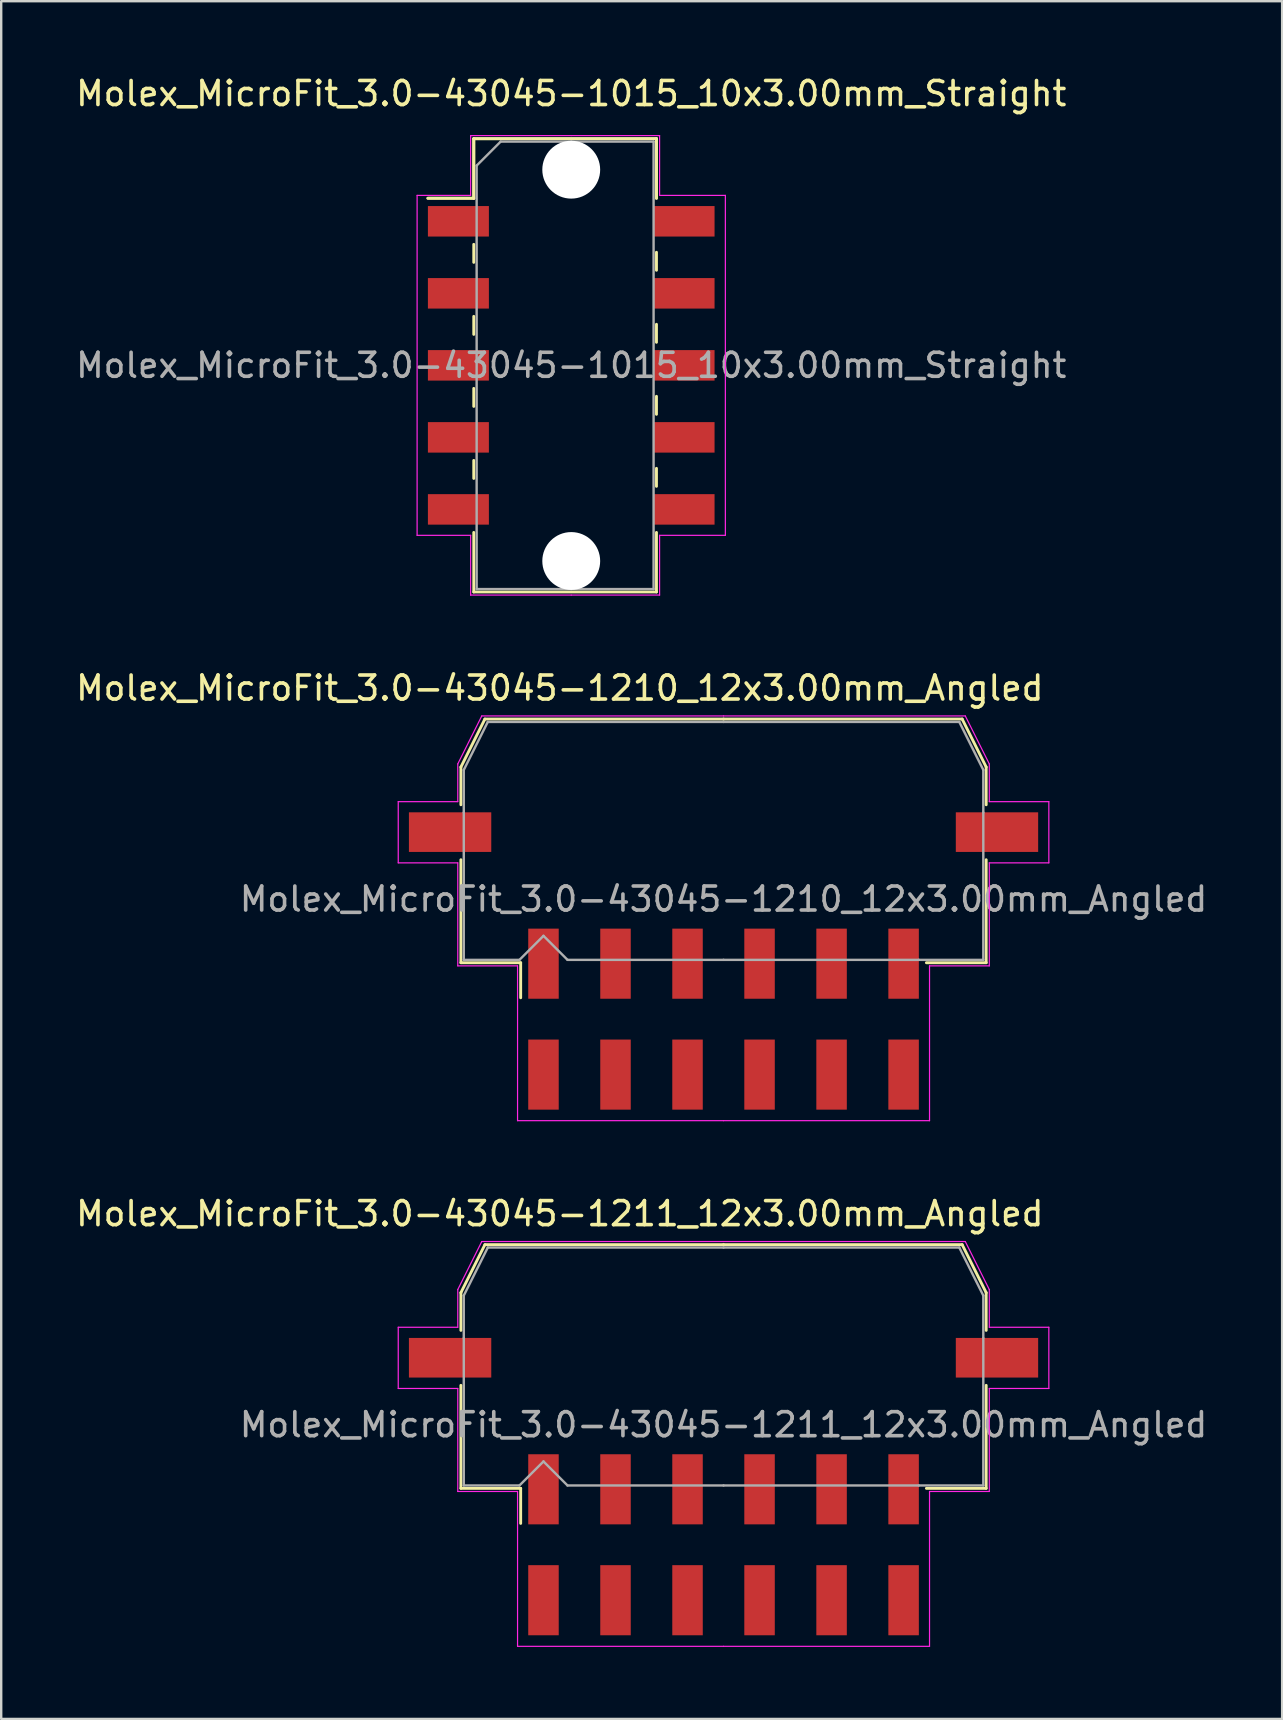
<source format=kicad_pcb>
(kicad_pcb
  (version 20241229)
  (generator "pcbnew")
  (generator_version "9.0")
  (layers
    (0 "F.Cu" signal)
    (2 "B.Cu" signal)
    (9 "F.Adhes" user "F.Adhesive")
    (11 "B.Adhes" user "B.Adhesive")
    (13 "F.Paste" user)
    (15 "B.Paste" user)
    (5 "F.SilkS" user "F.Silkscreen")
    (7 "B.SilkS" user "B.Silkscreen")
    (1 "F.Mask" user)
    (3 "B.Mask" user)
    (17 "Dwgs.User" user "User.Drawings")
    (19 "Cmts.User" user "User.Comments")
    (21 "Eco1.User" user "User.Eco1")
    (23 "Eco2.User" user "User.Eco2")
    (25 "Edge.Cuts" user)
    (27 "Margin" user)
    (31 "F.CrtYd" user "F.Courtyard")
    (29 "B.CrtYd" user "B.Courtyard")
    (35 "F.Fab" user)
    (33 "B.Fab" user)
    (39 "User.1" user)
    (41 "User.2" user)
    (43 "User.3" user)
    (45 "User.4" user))
  (footprint "Molex_MicroFit_3.0-43045-1210_12x3.00mm_Angled"
    (layer "F.Cu")
    (at 27.088 39.401)
    (property "Reference" "Molex_MicroFit_3.0-43045-1210_12x3.00mm_Angled" (at -6.82 -13.79 0) (layer "F.SilkS") (effects (font (size 1 1) (thickness 0.15))))
    (attr smd)
    (fp_line (start -10.94 -10.5) (end -10.94 -8.93) (stroke (width 0.12) (type solid)) (layer "F.SilkS"))
    (fp_line (start -10.94 -6.64) (end -10.94 -2.35) (stroke (width 0.12) (type solid)) (layer "F.SilkS"))
    (fp_line (start -10.94 -2.35) (end -8.45 -2.35) (stroke (width 0.12) (type solid)) (layer "F.SilkS"))
    (fp_line (start -9.94 -12.5) (end -10.94 -10.5) (stroke (width 0.12) (type solid)) (layer "F.SilkS"))
    (fp_line (start -8.45 -2.35) (end -8.45 -0.89) (stroke (width 0.12) (type solid)) (layer "F.SilkS"))
    (fp_line (start 0 -12.5) (end -9.94 -12.5) (stroke (width 0.12) (type solid)) (layer "F.SilkS"))
    (fp_line (start 0 -12.5) (end 9.94 -12.5) (stroke (width 0.12) (type solid)) (layer "F.SilkS"))
    (fp_line (start 9.94 -12.5) (end 10.94 -10.5) (stroke (width 0.12) (type solid)) (layer "F.SilkS"))
    (fp_line (start 10.94 -10.5) (end 10.94 -8.93) (stroke (width 0.12) (type solid)) (layer "F.SilkS"))
    (fp_line (start 10.94 -6.64) (end 10.94 -2.35) (stroke (width 0.12) (type solid)) (layer "F.SilkS"))
    (fp_line (start 10.94 -2.35) (end 8.45 -2.35) (stroke (width 0.12) (type solid)) (layer "F.SilkS"))
    (fp_line (start -13.55 -9.06) (end -13.55 -6.51) (stroke (width 0.05) (type solid)) (layer "F.CrtYd"))
    (fp_line (start -13.55 -6.51) (end -11.07 -6.51) (stroke (width 0.05) (type solid)) (layer "F.CrtYd"))
    (fp_line (start -11.07 -10.63) (end -11.07 -9.06) (stroke (width 0.05) (type solid)) (layer "F.CrtYd"))
    (fp_line (start -11.07 -9.06) (end -13.55 -9.06) (stroke (width 0.05) (type solid)) (layer "F.CrtYd"))
    (fp_line (start -11.07 -6.51) (end -11.07 -2.22) (stroke (width 0.05) (type solid)) (layer "F.CrtYd"))
    (fp_line (start -11.07 -2.22) (end -8.58 -2.22) (stroke (width 0.05) (type solid)) (layer "F.CrtYd"))
    (fp_line (start -10.07 -12.63) (end -11.07 -10.63) (stroke (width 0.05) (type solid)) (layer "F.CrtYd"))
    (fp_line (start -8.58 -2.22) (end -8.58 4.23) (stroke (width 0.05) (type solid)) (layer "F.CrtYd"))
    (fp_line (start -8.58 4.23) (end 0 4.23) (stroke (width 0.05) (type solid)) (layer "F.CrtYd"))
    (fp_line (start 0 -12.63) (end -10.07 -12.63) (stroke (width 0.05) (type solid)) (layer "F.CrtYd"))
    (fp_line (start 0 -12.63) (end 10.07 -12.63) (stroke (width 0.05) (type solid)) (layer "F.CrtYd"))
    (fp_line (start 8.58 -2.22) (end 8.58 4.23) (stroke (width 0.05) (type solid)) (layer "F.CrtYd"))
    (fp_line (start 8.58 4.23) (end 0 4.23) (stroke (width 0.05) (type solid)) (layer "F.CrtYd"))
    (fp_line (start 10.07 -12.63) (end 11.07 -10.63) (stroke (width 0.05) (type solid)) (layer "F.CrtYd"))
    (fp_line (start 11.07 -10.63) (end 11.07 -9.06) (stroke (width 0.05) (type solid)) (layer "F.CrtYd"))
    (fp_line (start 11.07 -9.06) (end 13.55 -9.06) (stroke (width 0.05) (type solid)) (layer "F.CrtYd"))
    (fp_line (start 11.07 -6.51) (end 11.07 -2.22) (stroke (width 0.05) (type solid)) (layer "F.CrtYd"))
    (fp_line (start 11.07 -2.22) (end 8.58 -2.22) (stroke (width 0.05) (type solid)) (layer "F.CrtYd"))
    (fp_line (start 13.55 -9.06) (end 13.55 -6.51) (stroke (width 0.05) (type solid)) (layer "F.CrtYd"))
    (fp_line (start 13.55 -6.51) (end 11.07 -6.51) (stroke (width 0.05) (type solid)) (layer "F.CrtYd"))
    (fp_line (start -10.82 -10.38) (end -10.82 -8.61) (stroke (width 0.1) (type solid)) (layer "F.Fab"))
    (fp_line (start -10.82 -8.61) (end -10.82 -2.47) (stroke (width 0.1) (type solid)) (layer "F.Fab"))
    (fp_line (start -10.82 -2.47) (end -8.5 -2.47) (stroke (width 0.1) (type solid)) (layer "F.Fab"))
    (fp_line (start -9.82 -12.38) (end -10.82 -10.38) (stroke (width 0.1) (type solid)) (layer "F.Fab"))
    (fp_line (start -8.5 -2.47) (end -7.5 -3.47) (stroke (width 0.1) (type solid)) (layer "F.Fab"))
    (fp_line (start -7.5 -3.47) (end -6.5 -2.47) (stroke (width 0.1) (type solid)) (layer "F.Fab"))
    (fp_line (start -6.5 -2.47) (end 0 -2.47) (stroke (width 0.1) (type solid)) (layer "F.Fab"))
    (fp_line (start 0 -12.38) (end -9.82 -12.38) (stroke (width 0.1) (type solid)) (layer "F.Fab"))
    (fp_line (start 0 -12.38) (end 9.82 -12.38) (stroke (width 0.1) (type solid)) (layer "F.Fab"))
    (fp_line (start 8.13 -2.47) (end 0 -2.47) (stroke (width 0.1) (type solid)) (layer "F.Fab"))
    (fp_line (start 9.82 -12.38) (end 10.82 -10.38) (stroke (width 0.1) (type solid)) (layer "F.Fab"))
    (fp_line (start 10.82 -10.38) (end 10.82 -8.61) (stroke (width 0.1) (type solid)) (layer "F.Fab"))
    (fp_line (start 10.82 -8.61) (end 10.82 -2.47) (stroke (width 0.1) (type solid)) (layer "F.Fab"))
    (fp_line (start 10.82 -2.47) (end 8.13 -2.47) (stroke (width 0.1) (type solid)) (layer "F.Fab"))
    (fp_text user "${REFERENCE}" (at 0 -5 0) (layer "F.Fab") (effects (font (size 1 1) (thickness 0.15))))
    (pad "" smd rect (at -11.39 -7.79) (size 3.43 1.65) (layers "F.Cu" "F.Mask" "F.Paste"))
    (pad "" smd rect (at 11.39 -7.79) (size 3.43 1.65) (layers "F.Cu" "F.Mask" "F.Paste"))
    (pad "1" smd rect (at -7.5 -2.31) (size 1.27 2.92) (layers "F.Cu" "F.Mask" "F.Paste"))
    (pad "2" smd rect (at -4.5 -2.31) (size 1.27 2.92) (layers "F.Cu" "F.Mask" "F.Paste"))
    (pad "3" smd rect (at -1.5 -2.31) (size 1.27 2.92) (layers "F.Cu" "F.Mask" "F.Paste"))
    (pad "4" smd rect (at 1.5 -2.31) (size 1.27 2.92) (layers "F.Cu" "F.Mask" "F.Paste"))
    (pad "5" smd rect (at 4.5 -2.31) (size 1.27 2.92) (layers "F.Cu" "F.Mask" "F.Paste"))
    (pad "6" smd rect (at 7.5 -2.31) (size 1.27 2.92) (layers "F.Cu" "F.Mask" "F.Paste"))
    (pad "7" smd rect (at 7.5 2.31) (size 1.27 2.92) (layers "F.Cu" "F.Mask" "F.Paste"))
    (pad "8" smd rect (at 4.5 2.31) (size 1.27 2.92) (layers "F.Cu" "F.Mask" "F.Paste"))
    (pad "9" smd rect (at 1.5 2.31) (size 1.27 2.92) (layers "F.Cu" "F.Mask" "F.Paste"))
    (pad "10" smd rect (at -1.5 2.31) (size 1.27 2.92) (layers "F.Cu" "F.Mask" "F.Paste"))
    (pad "11" smd rect (at -4.5 2.31) (size 1.27 2.92) (layers "F.Cu" "F.Mask" "F.Paste"))
    (pad "12" smd rect (at -7.5 2.31) (size 1.27 2.92) (layers "F.Cu" "F.Mask" "F.Paste")))
  (footprint "Molex_MicroFit_3.0-43045-1015_10x3.00mm_Straight"
    (layer "F.Cu")
    (at 20.744 12.168)
    (property "Reference" "Molex_MicroFit_3.0-43045-1015_10x3.00mm_Straight" (at 0 -11.32 0) (layer "F.SilkS") (effects (font (size 1 1) (thickness 0.15))))
    (attr smd)
    (fp_line (start -5.97 -6.96) (end -4.06 -6.96) (stroke (width 0.12) (type solid)) (layer "F.SilkS"))
    (fp_line (start -5.97 -6.96) (end -4.06 -6.96) (stroke (width 0.12) (type solid)) (layer "F.SilkS"))
    (fp_line (start -4.06 -9.44) (end 3.55 -9.44) (stroke (width 0.12) (type solid)) (layer "F.SilkS"))
    (fp_line (start -4.06 -9.44) (end 3.55 -9.44) (stroke (width 0.12) (type solid)) (layer "F.SilkS"))
    (fp_line (start -4.06 -6.96) (end -4.06 -9.44) (stroke (width 0.12) (type solid)) (layer "F.SilkS"))
    (fp_line (start -4.06 -6.96) (end -4.06 -9.44) (stroke (width 0.12) (type solid)) (layer "F.SilkS"))
    (fp_line (start -4.06 -5.04) (end -4.06 -4.29) (stroke (width 0.12) (type solid)) (layer "F.SilkS"))
    (fp_line (start -4.06 -2.04) (end -4.06 -1.29) (stroke (width 0.12) (type solid)) (layer "F.SilkS"))
    (fp_line (start -4.06 0.96) (end -4.06 1.71) (stroke (width 0.12) (type solid)) (layer "F.SilkS"))
    (fp_line (start -4.06 3.96) (end -4.06 4.71) (stroke (width 0.12) (type solid)) (layer "F.SilkS"))
    (fp_line (start -4.06 9.44) (end -4.06 6.96) (stroke (width 0.12) (type solid)) (layer "F.SilkS"))
    (fp_line (start 3.55 -9.44) (end 3.55 -6.96) (stroke (width 0.12) (type solid)) (layer "F.SilkS"))
    (fp_line (start 3.55 -9.44) (end 3.55 -6.96) (stroke (width 0.12) (type solid)) (layer "F.SilkS"))
    (fp_line (start 3.55 -3.96) (end 3.55 -4.71) (stroke (width 0.12) (type solid)) (layer "F.SilkS"))
    (fp_line (start 3.55 -0.96) (end 3.55 -1.71) (stroke (width 0.12) (type solid)) (layer "F.SilkS"))
    (fp_line (start 3.55 2.04) (end 3.55 1.29) (stroke (width 0.12) (type solid)) (layer "F.SilkS"))
    (fp_line (start 3.55 5.04) (end 3.55 4.29) (stroke (width 0.12) (type solid)) (layer "F.SilkS"))
    (fp_line (start 3.55 6.96) (end 3.55 9.44) (stroke (width 0.12) (type solid)) (layer "F.SilkS"))
    (fp_line (start 3.55 9.44) (end -4.06 9.44) (stroke (width 0.12) (type solid)) (layer "F.SilkS"))
    (fp_line (start -6.42 -7.08) (end -4.19 -7.08) (stroke (width 0.05) (type solid)) (layer "F.CrtYd"))
    (fp_line (start -6.42 7.08) (end -6.42 -7.08) (stroke (width 0.05) (type solid)) (layer "F.CrtYd"))
    (fp_line (start -4.19 -9.57) (end 0 -9.57) (stroke (width 0.05) (type solid)) (layer "F.CrtYd"))
    (fp_line (start -4.19 -7.08) (end -4.19 -9.57) (stroke (width 0.05) (type solid)) (layer "F.CrtYd"))
    (fp_line (start -4.19 7.08) (end -6.42 7.08) (stroke (width 0.05) (type solid)) (layer "F.CrtYd"))
    (fp_line (start -4.19 9.57) (end -4.19 7.08) (stroke (width 0.05) (type solid)) (layer "F.CrtYd"))
    (fp_line (start 0 -9.57) (end 3.68 -9.57) (stroke (width 0.05) (type solid)) (layer "F.CrtYd"))
    (fp_line (start 0 9.57) (end -4.19 9.57) (stroke (width 0.05) (type solid)) (layer "F.CrtYd"))
    (fp_line (start 3.68 -9.57) (end 3.68 -7.08) (stroke (width 0.05) (type solid)) (layer "F.CrtYd"))
    (fp_line (start 3.68 -7.08) (end 6.42 -7.08) (stroke (width 0.05) (type solid)) (layer "F.CrtYd"))
    (fp_line (start 3.68 7.08) (end 3.68 9.57) (stroke (width 0.05) (type solid)) (layer "F.CrtYd"))
    (fp_line (start 3.68 9.57) (end 0 9.57) (stroke (width 0.05) (type solid)) (layer "F.CrtYd"))
    (fp_line (start 6.42 -7.08) (end 6.42 7.08) (stroke (width 0.05) (type solid)) (layer "F.CrtYd"))
    (fp_line (start 6.42 7.08) (end 3.68 7.08) (stroke (width 0.05) (type solid)) (layer "F.CrtYd"))
    (fp_line (start -3.94 -8.32) (end -2.94 -9.32) (stroke (width 0.1) (type solid)) (layer "F.Fab"))
    (fp_line (start -3.94 9.32) (end -3.94 -8.32) (stroke (width 0.1) (type solid)) (layer "F.Fab"))
    (fp_line (start -2.94 -9.32) (end 0 -9.32) (stroke (width 0.1) (type solid)) (layer "F.Fab"))
    (fp_line (start 0 -9.32) (end 3.43 -9.32) (stroke (width 0.1) (type solid)) (layer "F.Fab"))
    (fp_line (start 0 9.32) (end -3.94 9.32) (stroke (width 0.1) (type solid)) (layer "F.Fab"))
    (fp_line (start 3.43 -9.32) (end 3.43 9.32) (stroke (width 0.1) (type solid)) (layer "F.Fab"))
    (fp_line (start 3.43 9.32) (end 0 9.32) (stroke (width 0.1) (type solid)) (layer "F.Fab"))
    (fp_text user "${REFERENCE}" (at 0 0 0) (layer "F.Fab") (effects (font (size 1 1) (thickness 0.15))))
    (pad "" np_thru_hole circle (at 0 -8.15) (size 2.41 2.41) (drill 2.41) (layers "*.Cu"))
    (pad "" np_thru_hole circle (at 0 8.15) (size 2.41 2.41) (drill 2.41) (layers "*.Cu"))
    (pad "1" smd rect (at -4.7 -6) (size 2.54 1.27) (layers "F.Cu" "F.Mask" "F.Paste"))
    (pad "2" smd rect (at -4.7 -3) (size 2.54 1.27) (layers "F.Cu" "F.Mask" "F.Paste"))
    (pad "3" smd rect (at -4.7 0) (size 2.54 1.27) (layers "F.Cu" "F.Mask" "F.Paste"))
    (pad "4" smd rect (at -4.7 3) (size 2.54 1.27) (layers "F.Cu" "F.Mask" "F.Paste"))
    (pad "5" smd rect (at -4.7 6) (size 2.54 1.27) (layers "F.Cu" "F.Mask" "F.Paste"))
    (pad "6" smd rect (at 4.7 6) (size 2.54 1.27) (layers "F.Cu" "F.Mask" "F.Paste"))
    (pad "7" smd rect (at 4.7 3) (size 2.54 1.27) (layers "F.Cu" "F.Mask" "F.Paste"))
    (pad "8" smd rect (at 4.7 0) (size 2.54 1.27) (layers "F.Cu" "F.Mask" "F.Paste"))
    (pad "9" smd rect (at 4.7 -3) (size 2.54 1.27) (layers "F.Cu" "F.Mask" "F.Paste"))
    (pad "10" smd rect (at 4.7 -6) (size 2.54 1.27) (layers "F.Cu" "F.Mask" "F.Paste")))
  (footprint "Molex_MicroFit_3.0-43045-1211_12x3.00mm_Angled"
    (layer "F.Cu")
    (at 27.088 61.295)
    (property "Reference" "Molex_MicroFit_3.0-43045-1211_12x3.00mm_Angled" (at -6.82 -13.79 0) (layer "F.SilkS") (effects (font (size 1 1) (thickness 0.15))))
    (attr smd)
    (fp_line (start -10.94 -10.5) (end -10.94 -8.93) (stroke (width 0.12) (type solid)) (layer "F.SilkS"))
    (fp_line (start -10.94 -6.64) (end -10.94 -2.35) (stroke (width 0.12) (type solid)) (layer "F.SilkS"))
    (fp_line (start -10.94 -2.35) (end -8.45 -2.35) (stroke (width 0.12) (type solid)) (layer "F.SilkS"))
    (fp_line (start -9.94 -12.5) (end -10.94 -10.5) (stroke (width 0.12) (type solid)) (layer "F.SilkS"))
    (fp_line (start -8.45 -2.35) (end -8.45 -0.89) (stroke (width 0.12) (type solid)) (layer "F.SilkS"))
    (fp_line (start 0 -12.5) (end -9.94 -12.5) (stroke (width 0.12) (type solid)) (layer "F.SilkS"))
    (fp_line (start 0 -12.5) (end 9.94 -12.5) (stroke (width 0.12) (type solid)) (layer "F.SilkS"))
    (fp_line (start 9.94 -12.5) (end 10.94 -10.5) (stroke (width 0.12) (type solid)) (layer "F.SilkS"))
    (fp_line (start 10.94 -10.5) (end 10.94 -8.93) (stroke (width 0.12) (type solid)) (layer "F.SilkS"))
    (fp_line (start 10.94 -6.64) (end 10.94 -2.35) (stroke (width 0.12) (type solid)) (layer "F.SilkS"))
    (fp_line (start 10.94 -2.35) (end 8.45 -2.35) (stroke (width 0.12) (type solid)) (layer "F.SilkS"))
    (fp_line (start -13.55 -9.06) (end -13.55 -6.51) (stroke (width 0.05) (type solid)) (layer "F.CrtYd"))
    (fp_line (start -13.55 -6.51) (end -11.07 -6.51) (stroke (width 0.05) (type solid)) (layer "F.CrtYd"))
    (fp_line (start -11.07 -10.63) (end -11.07 -9.06) (stroke (width 0.05) (type solid)) (layer "F.CrtYd"))
    (fp_line (start -11.07 -9.06) (end -13.55 -9.06) (stroke (width 0.05) (type solid)) (layer "F.CrtYd"))
    (fp_line (start -11.07 -6.51) (end -11.07 -2.22) (stroke (width 0.05) (type solid)) (layer "F.CrtYd"))
    (fp_line (start -11.07 -2.22) (end -8.58 -2.22) (stroke (width 0.05) (type solid)) (layer "F.CrtYd"))
    (fp_line (start -10.07 -12.63) (end -11.07 -10.63) (stroke (width 0.05) (type solid)) (layer "F.CrtYd"))
    (fp_line (start -8.58 -2.22) (end -8.58 4.23) (stroke (width 0.05) (type solid)) (layer "F.CrtYd"))
    (fp_line (start -8.58 4.23) (end 0 4.23) (stroke (width 0.05) (type solid)) (layer "F.CrtYd"))
    (fp_line (start 0 -12.63) (end -10.07 -12.63) (stroke (width 0.05) (type solid)) (layer "F.CrtYd"))
    (fp_line (start 0 -12.63) (end 10.07 -12.63) (stroke (width 0.05) (type solid)) (layer "F.CrtYd"))
    (fp_line (start 8.58 -2.22) (end 8.58 4.23) (stroke (width 0.05) (type solid)) (layer "F.CrtYd"))
    (fp_line (start 8.58 4.23) (end 0 4.23) (stroke (width 0.05) (type solid)) (layer "F.CrtYd"))
    (fp_line (start 10.07 -12.63) (end 11.07 -10.63) (stroke (width 0.05) (type solid)) (layer "F.CrtYd"))
    (fp_line (start 11.07 -10.63) (end 11.07 -9.06) (stroke (width 0.05) (type solid)) (layer "F.CrtYd"))
    (fp_line (start 11.07 -9.06) (end 13.55 -9.06) (stroke (width 0.05) (type solid)) (layer "F.CrtYd"))
    (fp_line (start 11.07 -6.51) (end 11.07 -2.22) (stroke (width 0.05) (type solid)) (layer "F.CrtYd"))
    (fp_line (start 11.07 -2.22) (end 8.58 -2.22) (stroke (width 0.05) (type solid)) (layer "F.CrtYd"))
    (fp_line (start 13.55 -9.06) (end 13.55 -6.51) (stroke (width 0.05) (type solid)) (layer "F.CrtYd"))
    (fp_line (start 13.55 -6.51) (end 11.07 -6.51) (stroke (width 0.05) (type solid)) (layer "F.CrtYd"))
    (fp_line (start -10.82 -10.38) (end -10.82 -8.61) (stroke (width 0.1) (type solid)) (layer "F.Fab"))
    (fp_line (start -10.82 -8.61) (end -10.82 -2.47) (stroke (width 0.1) (type solid)) (layer "F.Fab"))
    (fp_line (start -10.82 -2.47) (end -8.5 -2.47) (stroke (width 0.1) (type solid)) (layer "F.Fab"))
    (fp_line (start -9.82 -12.38) (end -10.82 -10.38) (stroke (width 0.1) (type solid)) (layer "F.Fab"))
    (fp_line (start -8.5 -2.47) (end -7.5 -3.47) (stroke (width 0.1) (type solid)) (layer "F.Fab"))
    (fp_line (start -7.5 -3.47) (end -6.5 -2.47) (stroke (width 0.1) (type solid)) (layer "F.Fab"))
    (fp_line (start -6.5 -2.47) (end 0 -2.47) (stroke (width 0.1) (type solid)) (layer "F.Fab"))
    (fp_line (start 0 -12.38) (end -9.82 -12.38) (stroke (width 0.1) (type solid)) (layer "F.Fab"))
    (fp_line (start 0 -12.38) (end 9.82 -12.38) (stroke (width 0.1) (type solid)) (layer "F.Fab"))
    (fp_line (start 8.13 -2.47) (end 0 -2.47) (stroke (width 0.1) (type solid)) (layer "F.Fab"))
    (fp_line (start 9.82 -12.38) (end 10.82 -10.38) (stroke (width 0.1) (type solid)) (layer "F.Fab"))
    (fp_line (start 10.82 -10.38) (end 10.82 -8.61) (stroke (width 0.1) (type solid)) (layer "F.Fab"))
    (fp_line (start 10.82 -8.61) (end 10.82 -2.47) (stroke (width 0.1) (type solid)) (layer "F.Fab"))
    (fp_line (start 10.82 -2.47) (end 8.13 -2.47) (stroke (width 0.1) (type solid)) (layer "F.Fab"))
    (fp_text user "${REFERENCE}" (at 0 -5 0) (layer "F.Fab") (effects (font (size 1 1) (thickness 0.15))))
    (pad "" smd rect (at -11.39 -7.79) (size 3.43 1.65) (layers "F.Cu" "F.Mask" "F.Paste"))
    (pad "" smd rect (at 11.39 -7.79) (size 3.43 1.65) (layers "F.Cu" "F.Mask" "F.Paste"))
    (pad "1" smd rect (at -7.5 -2.31) (size 1.27 2.92) (layers "F.Cu" "F.Mask" "F.Paste"))
    (pad "2" smd rect (at -4.5 -2.31) (size 1.27 2.92) (layers "F.Cu" "F.Mask" "F.Paste"))
    (pad "3" smd rect (at -1.5 -2.31) (size 1.27 2.92) (layers "F.Cu" "F.Mask" "F.Paste"))
    (pad "4" smd rect (at 1.5 -2.31) (size 1.27 2.92) (layers "F.Cu" "F.Mask" "F.Paste"))
    (pad "5" smd rect (at 4.5 -2.31) (size 1.27 2.92) (layers "F.Cu" "F.Mask" "F.Paste"))
    (pad "6" smd rect (at 7.5 -2.31) (size 1.27 2.92) (layers "F.Cu" "F.Mask" "F.Paste"))
    (pad "7" smd rect (at 7.5 2.31) (size 1.27 2.92) (layers "F.Cu" "F.Mask" "F.Paste"))
    (pad "8" smd rect (at 4.5 2.31) (size 1.27 2.92) (layers "F.Cu" "F.Mask" "F.Paste"))
    (pad "9" smd rect (at 1.5 2.31) (size 1.27 2.92) (layers "F.Cu" "F.Mask" "F.Paste"))
    (pad "10" smd rect (at -1.5 2.31) (size 1.27 2.92) (layers "F.Cu" "F.Mask" "F.Paste"))
    (pad "11" smd rect (at -4.5 2.31) (size 1.27 2.92) (layers "F.Cu" "F.Mask" "F.Paste"))
    (pad "12" smd rect (at -7.5 2.31) (size 1.27 2.92) (layers "F.Cu" "F.Mask" "F.Paste")))
  (gr_rect
    (start -3 -3)
    (end 50.356 68.55)
    (stroke (width 0.1) (type default))
    (fill no)
    (layer "Edge.Cuts")))
</source>
